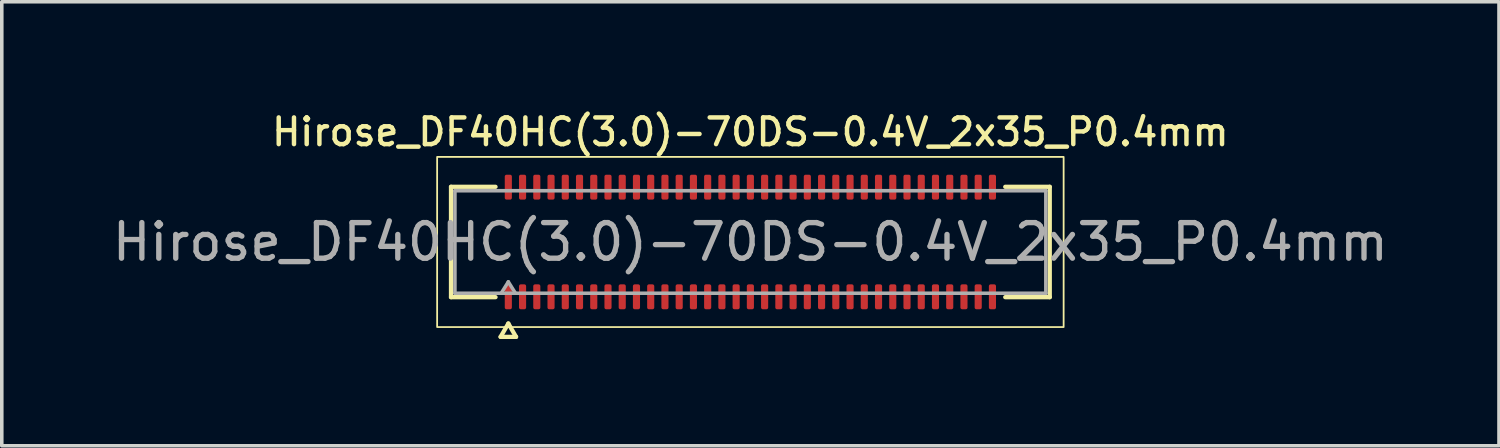
<source format=kicad_pcb>
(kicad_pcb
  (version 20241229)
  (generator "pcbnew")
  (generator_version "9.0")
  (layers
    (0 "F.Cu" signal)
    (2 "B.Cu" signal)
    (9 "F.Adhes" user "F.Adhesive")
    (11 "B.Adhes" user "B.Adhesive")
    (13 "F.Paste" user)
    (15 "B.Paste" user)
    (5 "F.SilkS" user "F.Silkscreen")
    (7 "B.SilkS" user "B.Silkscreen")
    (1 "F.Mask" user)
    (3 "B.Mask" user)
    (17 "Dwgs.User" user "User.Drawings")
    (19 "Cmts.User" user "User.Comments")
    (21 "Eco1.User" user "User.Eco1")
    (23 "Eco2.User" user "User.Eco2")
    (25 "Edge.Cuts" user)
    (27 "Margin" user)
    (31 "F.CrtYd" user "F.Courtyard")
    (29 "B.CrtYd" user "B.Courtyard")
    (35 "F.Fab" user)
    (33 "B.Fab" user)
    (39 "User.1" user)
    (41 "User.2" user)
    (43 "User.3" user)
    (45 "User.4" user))
  (footprint "Hirose_DF40HC(3.0)-70DS-0.4V_2x35_P0.4mm"
    (layer "F.Cu")
    (at 18.03 3.748)
    (property "Reference" "Hirose_DF40HC(3.0)-70DS-0.4V_2x35_P0.4mm" (at 0 -3.09 0) (layer "F.SilkS") (effects (font (size 0.75 0.75) (thickness 0.125))))
    (attr smd)
    (fp_line (start -8.41 -1.55) (end -7.16 -1.55) (stroke (width 0.12) (type solid)) (layer "F.SilkS"))
    (fp_line (start -8.41 1.55) (end -8.41 -1.55) (stroke (width 0.12) (type solid)) (layer "F.SilkS"))
    (fp_line (start -7.16 1.55) (end -8.41 1.55) (stroke (width 0.12) (type solid)) (layer "F.SilkS"))
    (fp_line (start -7.017 2.665) (end -6.8 2.29) (stroke (width 0.12) (type solid)) (layer "F.SilkS"))
    (fp_line (start -6.8 2.29) (end -6.583 2.665) (stroke (width 0.12) (type solid)) (layer "F.SilkS"))
    (fp_line (start -6.583 2.665) (end -7.017 2.665) (stroke (width 0.12) (type solid)) (layer "F.SilkS"))
    (fp_line (start 7.16 -1.55) (end 8.41 -1.55) (stroke (width 0.12) (type solid)) (layer "F.SilkS"))
    (fp_line (start 8.41 -1.55) (end 8.41 1.55) (stroke (width 0.12) (type solid)) (layer "F.SilkS"))
    (fp_line (start 8.41 1.55) (end 7.16 1.55) (stroke (width 0.12) (type solid)) (layer "F.SilkS"))
    (fp_rect (start -8.8 -2.39) (end 8.8 2.39) (stroke (width 0.05) (type solid)) (fill no) (layer "F.SilkS"))
    (fp_line (start -8.3 -1.44) (end 8.3 -1.44) (stroke (width 0.1) (type solid)) (layer "F.Fab"))
    (fp_line (start -8.3 1.44) (end -8.3 -1.44) (stroke (width 0.1) (type solid)) (layer "F.Fab"))
    (fp_line (start -7 1.44) (end -6.8 1.12) (stroke (width 0.1) (type solid)) (layer "F.Fab"))
    (fp_line (start -6.8 1.12) (end -6.6 1.44) (stroke (width 0.1) (type solid)) (layer "F.Fab"))
    (fp_line (start 8.3 -1.44) (end 8.3 1.44) (stroke (width 0.1) (type solid)) (layer "F.Fab"))
    (fp_line (start 8.3 1.44) (end -8.3 1.44) (stroke (width 0.1) (type solid)) (layer "F.Fab"))
    (fp_text user "${REFERENCE}" (at 0 0 0) (layer "F.Fab") (effects (font (size 1 1) (thickness 0.15))))
    (pad "1" smd roundrect (at -6.8 1.54) (size 0.2 0.7) (layers "F.Cu" "F.Mask" "F.Paste") (roundrect_rratio 0.25))
    (pad "2" smd roundrect (at -6.8 -1.54) (size 0.2 0.7) (layers "F.Cu" "F.Mask" "F.Paste") (roundrect_rratio 0.25))
    (pad "3" smd roundrect (at -6.4 1.54) (size 0.2 0.7) (layers "F.Cu" "F.Mask" "F.Paste") (roundrect_rratio 0.25))
    (pad "4" smd roundrect (at -6.4 -1.54) (size 0.2 0.7) (layers "F.Cu" "F.Mask" "F.Paste") (roundrect_rratio 0.25))
    (pad "5" smd roundrect (at -6 1.54) (size 0.2 0.7) (layers "F.Cu" "F.Mask" "F.Paste") (roundrect_rratio 0.25))
    (pad "6" smd roundrect (at -6 -1.54) (size 0.2 0.7) (layers "F.Cu" "F.Mask" "F.Paste") (roundrect_rratio 0.25))
    (pad "7" smd roundrect (at -5.6 1.54) (size 0.2 0.7) (layers "F.Cu" "F.Mask" "F.Paste") (roundrect_rratio 0.25))
    (pad "8" smd roundrect (at -5.6 -1.54) (size 0.2 0.7) (layers "F.Cu" "F.Mask" "F.Paste") (roundrect_rratio 0.25))
    (pad "9" smd roundrect (at -5.2 1.54) (size 0.2 0.7) (layers "F.Cu" "F.Mask" "F.Paste") (roundrect_rratio 0.25))
    (pad "10" smd roundrect (at -5.2 -1.54) (size 0.2 0.7) (layers "F.Cu" "F.Mask" "F.Paste") (roundrect_rratio 0.25))
    (pad "11" smd roundrect (at -4.8 1.54) (size 0.2 0.7) (layers "F.Cu" "F.Mask" "F.Paste") (roundrect_rratio 0.25))
    (pad "12" smd roundrect (at -4.8 -1.54) (size 0.2 0.7) (layers "F.Cu" "F.Mask" "F.Paste") (roundrect_rratio 0.25))
    (pad "13" smd roundrect (at -4.4 1.54) (size 0.2 0.7) (layers "F.Cu" "F.Mask" "F.Paste") (roundrect_rratio 0.25))
    (pad "14" smd roundrect (at -4.4 -1.54) (size 0.2 0.7) (layers "F.Cu" "F.Mask" "F.Paste") (roundrect_rratio 0.25))
    (pad "15" smd roundrect (at -4 1.54) (size 0.2 0.7) (layers "F.Cu" "F.Mask" "F.Paste") (roundrect_rratio 0.25))
    (pad "16" smd roundrect (at -4 -1.54) (size 0.2 0.7) (layers "F.Cu" "F.Mask" "F.Paste") (roundrect_rratio 0.25))
    (pad "17" smd roundrect (at -3.6 1.54) (size 0.2 0.7) (layers "F.Cu" "F.Mask" "F.Paste") (roundrect_rratio 0.25))
    (pad "18" smd roundrect (at -3.6 -1.54) (size 0.2 0.7) (layers "F.Cu" "F.Mask" "F.Paste") (roundrect_rratio 0.25))
    (pad "19" smd roundrect (at -3.2 1.54) (size 0.2 0.7) (layers "F.Cu" "F.Mask" "F.Paste") (roundrect_rratio 0.25))
    (pad "20" smd roundrect (at -3.2 -1.54) (size 0.2 0.7) (layers "F.Cu" "F.Mask" "F.Paste") (roundrect_rratio 0.25))
    (pad "21" smd roundrect (at -2.8 1.54) (size 0.2 0.7) (layers "F.Cu" "F.Mask" "F.Paste") (roundrect_rratio 0.25))
    (pad "22" smd roundrect (at -2.8 -1.54) (size 0.2 0.7) (layers "F.Cu" "F.Mask" "F.Paste") (roundrect_rratio 0.25))
    (pad "23" smd roundrect (at -2.4 1.54) (size 0.2 0.7) (layers "F.Cu" "F.Mask" "F.Paste") (roundrect_rratio 0.25))
    (pad "24" smd roundrect (at -2.4 -1.54) (size 0.2 0.7) (layers "F.Cu" "F.Mask" "F.Paste") (roundrect_rratio 0.25))
    (pad "25" smd roundrect (at -2 1.54) (size 0.2 0.7) (layers "F.Cu" "F.Mask" "F.Paste") (roundrect_rratio 0.25))
    (pad "26" smd roundrect (at -2 -1.54) (size 0.2 0.7) (layers "F.Cu" "F.Mask" "F.Paste") (roundrect_rratio 0.25))
    (pad "27" smd roundrect (at -1.6 1.54) (size 0.2 0.7) (layers "F.Cu" "F.Mask" "F.Paste") (roundrect_rratio 0.25))
    (pad "28" smd roundrect (at -1.6 -1.54) (size 0.2 0.7) (layers "F.Cu" "F.Mask" "F.Paste") (roundrect_rratio 0.25))
    (pad "29" smd roundrect (at -1.2 1.54) (size 0.2 0.7) (layers "F.Cu" "F.Mask" "F.Paste") (roundrect_rratio 0.25))
    (pad "30" smd roundrect (at -1.2 -1.54) (size 0.2 0.7) (layers "F.Cu" "F.Mask" "F.Paste") (roundrect_rratio 0.25))
    (pad "31" smd roundrect (at -0.8 1.54) (size 0.2 0.7) (layers "F.Cu" "F.Mask" "F.Paste") (roundrect_rratio 0.25))
    (pad "32" smd roundrect (at -0.8 -1.54) (size 0.2 0.7) (layers "F.Cu" "F.Mask" "F.Paste") (roundrect_rratio 0.25))
    (pad "33" smd roundrect (at -0.4 1.54) (size 0.2 0.7) (layers "F.Cu" "F.Mask" "F.Paste") (roundrect_rratio 0.25))
    (pad "34" smd roundrect (at -0.4 -1.54) (size 0.2 0.7) (layers "F.Cu" "F.Mask" "F.Paste") (roundrect_rratio 0.25))
    (pad "35" smd roundrect (at 0 1.54) (size 0.2 0.7) (layers "F.Cu" "F.Mask" "F.Paste") (roundrect_rratio 0.25))
    (pad "36" smd roundrect (at 0 -1.54) (size 0.2 0.7) (layers "F.Cu" "F.Mask" "F.Paste") (roundrect_rratio 0.25))
    (pad "37" smd roundrect (at 0.4 1.54) (size 0.2 0.7) (layers "F.Cu" "F.Mask" "F.Paste") (roundrect_rratio 0.25))
    (pad "38" smd roundrect (at 0.4 -1.54) (size 0.2 0.7) (layers "F.Cu" "F.Mask" "F.Paste") (roundrect_rratio 0.25))
    (pad "39" smd roundrect (at 0.8 1.54) (size 0.2 0.7) (layers "F.Cu" "F.Mask" "F.Paste") (roundrect_rratio 0.25))
    (pad "40" smd roundrect (at 0.8 -1.54) (size 0.2 0.7) (layers "F.Cu" "F.Mask" "F.Paste") (roundrect_rratio 0.25))
    (pad "41" smd roundrect (at 1.2 1.54) (size 0.2 0.7) (layers "F.Cu" "F.Mask" "F.Paste") (roundrect_rratio 0.25))
    (pad "42" smd roundrect (at 1.2 -1.54) (size 0.2 0.7) (layers "F.Cu" "F.Mask" "F.Paste") (roundrect_rratio 0.25))
    (pad "43" smd roundrect (at 1.6 1.54) (size 0.2 0.7) (layers "F.Cu" "F.Mask" "F.Paste") (roundrect_rratio 0.25))
    (pad "44" smd roundrect (at 1.6 -1.54) (size 0.2 0.7) (layers "F.Cu" "F.Mask" "F.Paste") (roundrect_rratio 0.25))
    (pad "45" smd roundrect (at 2 1.54) (size 0.2 0.7) (layers "F.Cu" "F.Mask" "F.Paste") (roundrect_rratio 0.25))
    (pad "46" smd roundrect (at 2 -1.54) (size 0.2 0.7) (layers "F.Cu" "F.Mask" "F.Paste") (roundrect_rratio 0.25))
    (pad "47" smd roundrect (at 2.4 1.54) (size 0.2 0.7) (layers "F.Cu" "F.Mask" "F.Paste") (roundrect_rratio 0.25))
    (pad "48" smd roundrect (at 2.4 -1.54) (size 0.2 0.7) (layers "F.Cu" "F.Mask" "F.Paste") (roundrect_rratio 0.25))
    (pad "49" smd roundrect (at 2.8 1.54) (size 0.2 0.7) (layers "F.Cu" "F.Mask" "F.Paste") (roundrect_rratio 0.25))
    (pad "50" smd roundrect (at 2.8 -1.54) (size 0.2 0.7) (layers "F.Cu" "F.Mask" "F.Paste") (roundrect_rratio 0.25))
    (pad "51" smd roundrect (at 3.2 1.54) (size 0.2 0.7) (layers "F.Cu" "F.Mask" "F.Paste") (roundrect_rratio 0.25))
    (pad "52" smd roundrect (at 3.2 -1.54) (size 0.2 0.7) (layers "F.Cu" "F.Mask" "F.Paste") (roundrect_rratio 0.25))
    (pad "53" smd roundrect (at 3.6 1.54) (size 0.2 0.7) (layers "F.Cu" "F.Mask" "F.Paste") (roundrect_rratio 0.25))
    (pad "54" smd roundrect (at 3.6 -1.54) (size 0.2 0.7) (layers "F.Cu" "F.Mask" "F.Paste") (roundrect_rratio 0.25))
    (pad "55" smd roundrect (at 4 1.54) (size 0.2 0.7) (layers "F.Cu" "F.Mask" "F.Paste") (roundrect_rratio 0.25))
    (pad "56" smd roundrect (at 4 -1.54) (size 0.2 0.7) (layers "F.Cu" "F.Mask" "F.Paste") (roundrect_rratio 0.25))
    (pad "57" smd roundrect (at 4.4 1.54) (size 0.2 0.7) (layers "F.Cu" "F.Mask" "F.Paste") (roundrect_rratio 0.25))
    (pad "58" smd roundrect (at 4.4 -1.54) (size 0.2 0.7) (layers "F.Cu" "F.Mask" "F.Paste") (roundrect_rratio 0.25))
    (pad "59" smd roundrect (at 4.8 1.54) (size 0.2 0.7) (layers "F.Cu" "F.Mask" "F.Paste") (roundrect_rratio 0.25))
    (pad "60" smd roundrect (at 4.8 -1.54) (size 0.2 0.7) (layers "F.Cu" "F.Mask" "F.Paste") (roundrect_rratio 0.25))
    (pad "61" smd roundrect (at 5.2 1.54) (size 0.2 0.7) (layers "F.Cu" "F.Mask" "F.Paste") (roundrect_rratio 0.25))
    (pad "62" smd roundrect (at 5.2 -1.54) (size 0.2 0.7) (layers "F.Cu" "F.Mask" "F.Paste") (roundrect_rratio 0.25))
    (pad "63" smd roundrect (at 5.6 1.54) (size 0.2 0.7) (layers "F.Cu" "F.Mask" "F.Paste") (roundrect_rratio 0.25))
    (pad "64" smd roundrect (at 5.6 -1.54) (size 0.2 0.7) (layers "F.Cu" "F.Mask" "F.Paste") (roundrect_rratio 0.25))
    (pad "65" smd roundrect (at 6 1.54) (size 0.2 0.7) (layers "F.Cu" "F.Mask" "F.Paste") (roundrect_rratio 0.25))
    (pad "66" smd roundrect (at 6 -1.54) (size 0.2 0.7) (layers "F.Cu" "F.Mask" "F.Paste") (roundrect_rratio 0.25))
    (pad "67" smd roundrect (at 6.4 1.54) (size 0.2 0.7) (layers "F.Cu" "F.Mask" "F.Paste") (roundrect_rratio 0.25))
    (pad "68" smd roundrect (at 6.4 -1.54) (size 0.2 0.7) (layers "F.Cu" "F.Mask" "F.Paste") (roundrect_rratio 0.25))
    (pad "69" smd roundrect (at 6.8 1.54) (size 0.2 0.7) (layers "F.Cu" "F.Mask" "F.Paste") (roundrect_rratio 0.25))
    (pad "70" smd roundrect (at 6.8 -1.54) (size 0.2 0.7) (layers "F.Cu" "F.Mask" "F.Paste") (roundrect_rratio 0.25)))
  (gr_rect
    (start -3 -3)
    (end 39.06 9.473)
    (stroke (width 0.1) (type default))
    (fill no)
    (layer "Edge.Cuts")))
</source>
